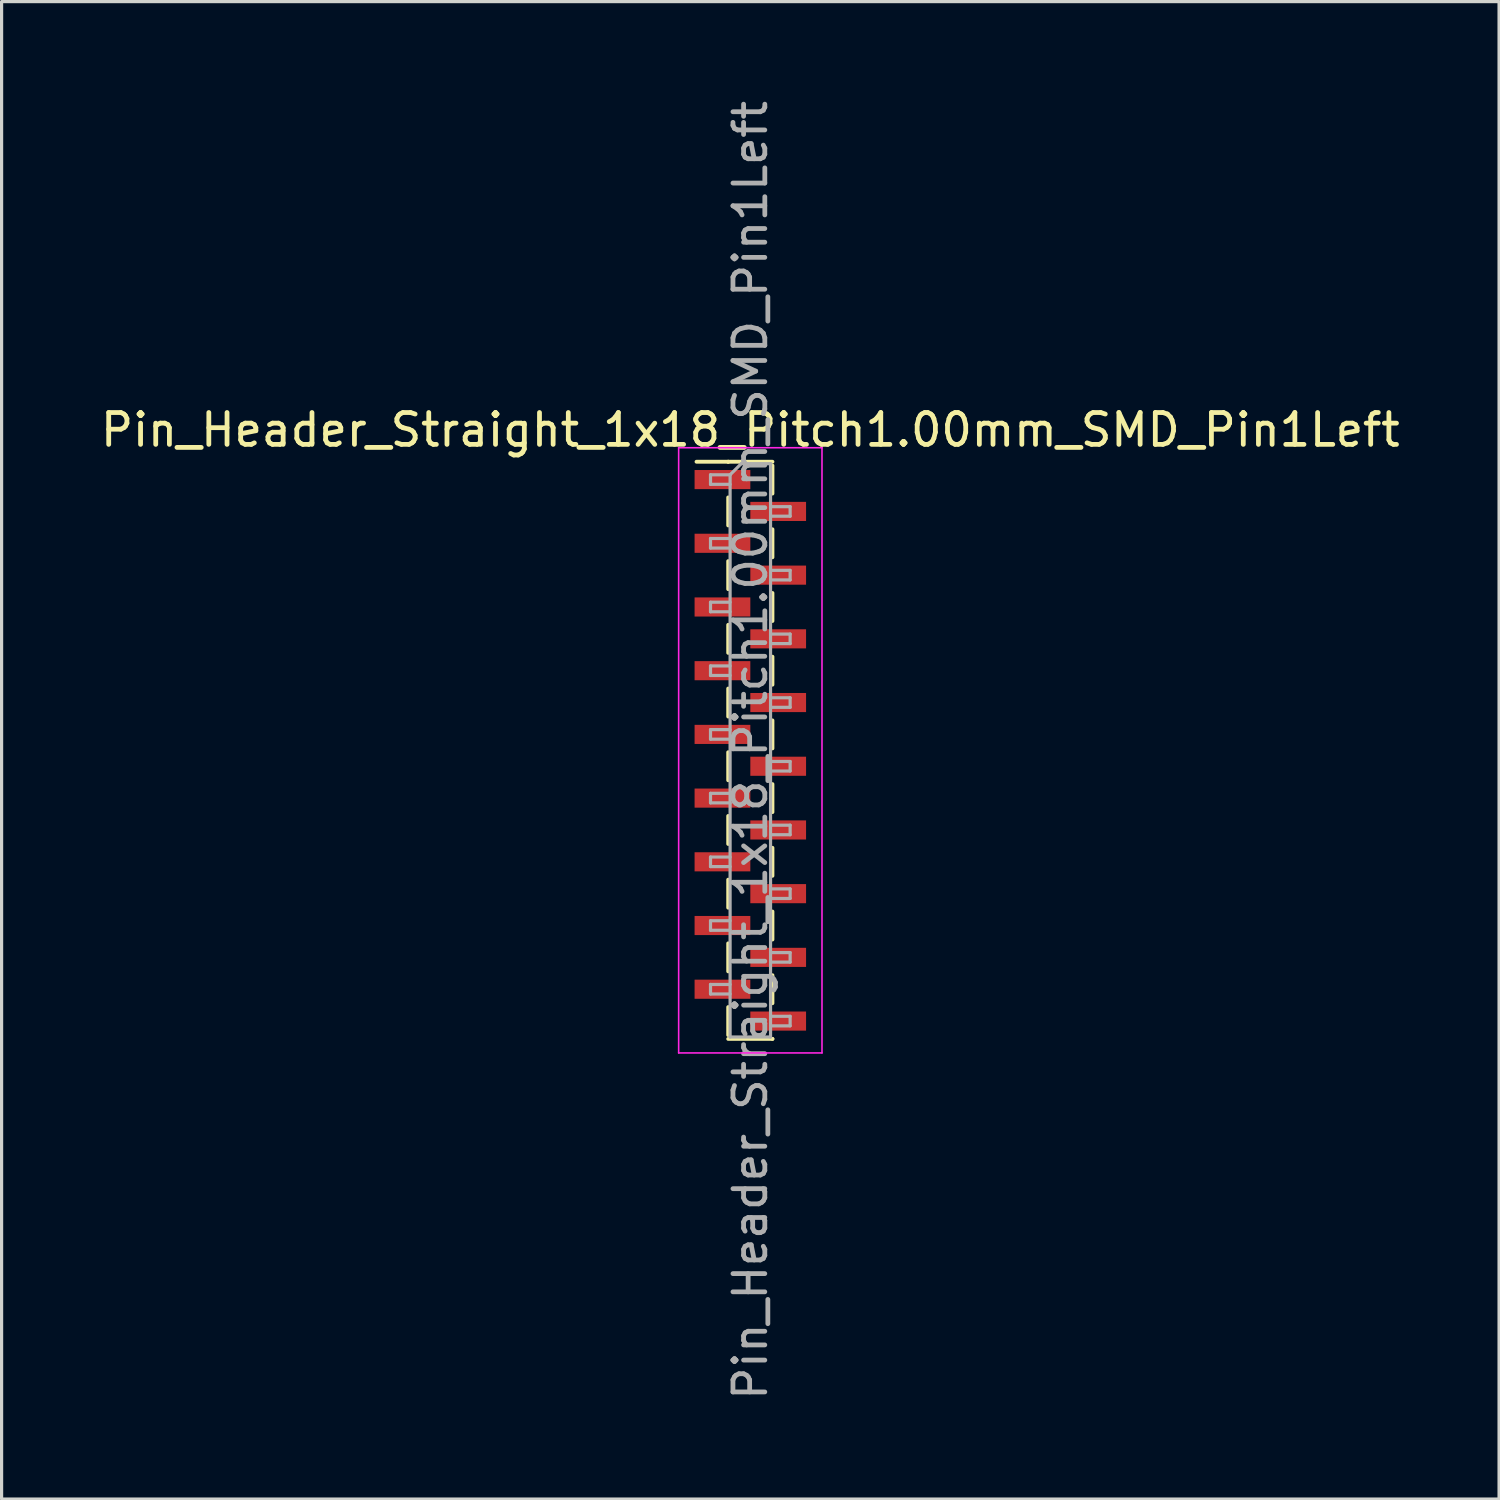
<source format=kicad_pcb>
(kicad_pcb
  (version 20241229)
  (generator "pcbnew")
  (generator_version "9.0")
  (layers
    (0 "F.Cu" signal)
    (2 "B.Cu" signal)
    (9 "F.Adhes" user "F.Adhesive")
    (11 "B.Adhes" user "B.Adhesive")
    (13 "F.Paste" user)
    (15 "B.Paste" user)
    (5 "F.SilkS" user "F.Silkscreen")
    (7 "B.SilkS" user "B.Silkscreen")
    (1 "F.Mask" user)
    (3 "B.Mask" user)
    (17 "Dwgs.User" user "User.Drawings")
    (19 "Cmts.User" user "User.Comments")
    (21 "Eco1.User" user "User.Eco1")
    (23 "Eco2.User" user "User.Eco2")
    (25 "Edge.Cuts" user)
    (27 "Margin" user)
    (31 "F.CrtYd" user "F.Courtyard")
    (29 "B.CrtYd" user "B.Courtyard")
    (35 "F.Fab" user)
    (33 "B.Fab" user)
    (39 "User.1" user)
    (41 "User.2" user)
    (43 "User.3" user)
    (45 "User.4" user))
  (footprint "Pin_Header_Straight_1x18_Pitch1.00mm_SMD_Pin1Left"
    (layer "F.Cu")
    (at 20.506 20.506)
    (property "Reference" "Pin_Header_Straight_1x18_Pitch1.00mm_SMD_Pin1Left" (at 0 -10.06 0) (layer "F.SilkS") (effects (font (size 1 1) (thickness 0.15))))
    (attr smd)
    (fp_line (start -0.695 -9.06) (end -1.69 -9.06) (stroke (width 0.12) (type solid)) (layer "F.SilkS"))
    (fp_line (start -0.695 -9.06) (end -0.695 -9.06) (stroke (width 0.12) (type solid)) (layer "F.SilkS"))
    (fp_line (start -0.695 -9.06) (end 0.695 -9.06) (stroke (width 0.12) (type solid)) (layer "F.SilkS"))
    (fp_line (start -0.695 -7.94) (end -0.695 -7.06) (stroke (width 0.12) (type solid)) (layer "F.SilkS"))
    (fp_line (start -0.695 -5.94) (end -0.695 -5.06) (stroke (width 0.12) (type solid)) (layer "F.SilkS"))
    (fp_line (start -0.695 -3.94) (end -0.695 -3.06) (stroke (width 0.12) (type solid)) (layer "F.SilkS"))
    (fp_line (start -0.695 -1.94) (end -0.695 -1.06) (stroke (width 0.12) (type solid)) (layer "F.SilkS"))
    (fp_line (start -0.695 0.06) (end -0.695 0.94) (stroke (width 0.12) (type solid)) (layer "F.SilkS"))
    (fp_line (start -0.695 2.06) (end -0.695 2.94) (stroke (width 0.12) (type solid)) (layer "F.SilkS"))
    (fp_line (start -0.695 4.06) (end -0.695 4.94) (stroke (width 0.12) (type solid)) (layer "F.SilkS"))
    (fp_line (start -0.695 6.06) (end -0.695 6.94) (stroke (width 0.12) (type solid)) (layer "F.SilkS"))
    (fp_line (start -0.695 8.06) (end -0.695 8.94) (stroke (width 0.12) (type solid)) (layer "F.SilkS"))
    (fp_line (start -0.695 9.06) (end 0.695 9.06) (stroke (width 0.12) (type solid)) (layer "F.SilkS"))
    (fp_line (start 0.695 -8.94) (end 0.695 -8.06) (stroke (width 0.12) (type solid)) (layer "F.SilkS"))
    (fp_line (start 0.695 -6.94) (end 0.695 -6.06) (stroke (width 0.12) (type solid)) (layer "F.SilkS"))
    (fp_line (start 0.695 -4.94) (end 0.695 -4.06) (stroke (width 0.12) (type solid)) (layer "F.SilkS"))
    (fp_line (start 0.695 -2.94) (end 0.695 -2.06) (stroke (width 0.12) (type solid)) (layer "F.SilkS"))
    (fp_line (start 0.695 -0.94) (end 0.695 -0.06) (stroke (width 0.12) (type solid)) (layer "F.SilkS"))
    (fp_line (start 0.695 1.06) (end 0.695 1.94) (stroke (width 0.12) (type solid)) (layer "F.SilkS"))
    (fp_line (start 0.695 3.06) (end 0.695 3.94) (stroke (width 0.12) (type solid)) (layer "F.SilkS"))
    (fp_line (start 0.695 5.06) (end 0.695 5.94) (stroke (width 0.12) (type solid)) (layer "F.SilkS"))
    (fp_line (start 0.695 7.06) (end 0.695 7.94) (stroke (width 0.12) (type solid)) (layer "F.SilkS"))
    (fp_line (start 0.695 9.06) (end 0.695 9.06) (stroke (width 0.12) (type solid)) (layer "F.SilkS"))
    (fp_line (start -2.25 -9.5) (end -2.25 9.5) (stroke (width 0.05) (type solid)) (layer "F.CrtYd"))
    (fp_line (start -2.25 9.5) (end 2.25 9.5) (stroke (width 0.05) (type solid)) (layer "F.CrtYd"))
    (fp_line (start 2.25 -9.5) (end -2.25 -9.5) (stroke (width 0.05) (type solid)) (layer "F.CrtYd"))
    (fp_line (start 2.25 9.5) (end 2.25 -9.5) (stroke (width 0.05) (type solid)) (layer "F.CrtYd"))
    (fp_line (start -1.25 -8.65) (end -1.25 -8.35) (stroke (width 0.1) (type solid)) (layer "F.Fab"))
    (fp_line (start -1.25 -8.35) (end -0.635 -8.35) (stroke (width 0.1) (type solid)) (layer "F.Fab"))
    (fp_line (start -1.25 -6.65) (end -1.25 -6.35) (stroke (width 0.1) (type solid)) (layer "F.Fab"))
    (fp_line (start -1.25 -6.35) (end -0.635 -6.35) (stroke (width 0.1) (type solid)) (layer "F.Fab"))
    (fp_line (start -1.25 -4.65) (end -1.25 -4.35) (stroke (width 0.1) (type solid)) (layer "F.Fab"))
    (fp_line (start -1.25 -4.35) (end -0.635 -4.35) (stroke (width 0.1) (type solid)) (layer "F.Fab"))
    (fp_line (start -1.25 -2.65) (end -1.25 -2.35) (stroke (width 0.1) (type solid)) (layer "F.Fab"))
    (fp_line (start -1.25 -2.35) (end -0.635 -2.35) (stroke (width 0.1) (type solid)) (layer "F.Fab"))
    (fp_line (start -1.25 -0.65) (end -1.25 -0.35) (stroke (width 0.1) (type solid)) (layer "F.Fab"))
    (fp_line (start -1.25 -0.35) (end -0.635 -0.35) (stroke (width 0.1) (type solid)) (layer "F.Fab"))
    (fp_line (start -1.25 1.35) (end -1.25 1.65) (stroke (width 0.1) (type solid)) (layer "F.Fab"))
    (fp_line (start -1.25 1.65) (end -0.635 1.65) (stroke (width 0.1) (type solid)) (layer "F.Fab"))
    (fp_line (start -1.25 3.35) (end -1.25 3.65) (stroke (width 0.1) (type solid)) (layer "F.Fab"))
    (fp_line (start -1.25 3.65) (end -0.635 3.65) (stroke (width 0.1) (type solid)) (layer "F.Fab"))
    (fp_line (start -1.25 5.35) (end -1.25 5.65) (stroke (width 0.1) (type solid)) (layer "F.Fab"))
    (fp_line (start -1.25 5.65) (end -0.635 5.65) (stroke (width 0.1) (type solid)) (layer "F.Fab"))
    (fp_line (start -1.25 7.35) (end -1.25 7.65) (stroke (width 0.1) (type solid)) (layer "F.Fab"))
    (fp_line (start -1.25 7.65) (end -0.635 7.65) (stroke (width 0.1) (type solid)) (layer "F.Fab"))
    (fp_line (start -0.635 -8.65) (end -1.25 -8.65) (stroke (width 0.1) (type solid)) (layer "F.Fab"))
    (fp_line (start -0.635 -8.65) (end -0.285 -9) (stroke (width 0.1) (type solid)) (layer "F.Fab"))
    (fp_line (start -0.635 -6.65) (end -1.25 -6.65) (stroke (width 0.1) (type solid)) (layer "F.Fab"))
    (fp_line (start -0.635 -4.65) (end -1.25 -4.65) (stroke (width 0.1) (type solid)) (layer "F.Fab"))
    (fp_line (start -0.635 -2.65) (end -1.25 -2.65) (stroke (width 0.1) (type solid)) (layer "F.Fab"))
    (fp_line (start -0.635 -0.65) (end -1.25 -0.65) (stroke (width 0.1) (type solid)) (layer "F.Fab"))
    (fp_line (start -0.635 1.35) (end -1.25 1.35) (stroke (width 0.1) (type solid)) (layer "F.Fab"))
    (fp_line (start -0.635 3.35) (end -1.25 3.35) (stroke (width 0.1) (type solid)) (layer "F.Fab"))
    (fp_line (start -0.635 5.35) (end -1.25 5.35) (stroke (width 0.1) (type solid)) (layer "F.Fab"))
    (fp_line (start -0.635 7.35) (end -1.25 7.35) (stroke (width 0.1) (type solid)) (layer "F.Fab"))
    (fp_line (start -0.635 9) (end -0.635 -8.65) (stroke (width 0.1) (type solid)) (layer "F.Fab"))
    (fp_line (start -0.285 -9) (end 0.635 -9) (stroke (width 0.1) (type solid)) (layer "F.Fab"))
    (fp_line (start 0.635 -9) (end 0.635 9) (stroke (width 0.1) (type solid)) (layer "F.Fab"))
    (fp_line (start 0.635 -7.65) (end 1.25 -7.65) (stroke (width 0.1) (type solid)) (layer "F.Fab"))
    (fp_line (start 0.635 -5.65) (end 1.25 -5.65) (stroke (width 0.1) (type solid)) (layer "F.Fab"))
    (fp_line (start 0.635 -3.65) (end 1.25 -3.65) (stroke (width 0.1) (type solid)) (layer "F.Fab"))
    (fp_line (start 0.635 -1.65) (end 1.25 -1.65) (stroke (width 0.1) (type solid)) (layer "F.Fab"))
    (fp_line (start 0.635 0.35) (end 1.25 0.35) (stroke (width 0.1) (type solid)) (layer "F.Fab"))
    (fp_line (start 0.635 2.35) (end 1.25 2.35) (stroke (width 0.1) (type solid)) (layer "F.Fab"))
    (fp_line (start 0.635 4.35) (end 1.25 4.35) (stroke (width 0.1) (type solid)) (layer "F.Fab"))
    (fp_line (start 0.635 6.35) (end 1.25 6.35) (stroke (width 0.1) (type solid)) (layer "F.Fab"))
    (fp_line (start 0.635 8.35) (end 1.25 8.35) (stroke (width 0.1) (type solid)) (layer "F.Fab"))
    (fp_line (start 0.635 9) (end -0.635 9) (stroke (width 0.1) (type solid)) (layer "F.Fab"))
    (fp_line (start 1.25 -7.65) (end 1.25 -7.35) (stroke (width 0.1) (type solid)) (layer "F.Fab"))
    (fp_line (start 1.25 -7.35) (end 0.635 -7.35) (stroke (width 0.1) (type solid)) (layer "F.Fab"))
    (fp_line (start 1.25 -5.65) (end 1.25 -5.35) (stroke (width 0.1) (type solid)) (layer "F.Fab"))
    (fp_line (start 1.25 -5.35) (end 0.635 -5.35) (stroke (width 0.1) (type solid)) (layer "F.Fab"))
    (fp_line (start 1.25 -3.65) (end 1.25 -3.35) (stroke (width 0.1) (type solid)) (layer "F.Fab"))
    (fp_line (start 1.25 -3.35) (end 0.635 -3.35) (stroke (width 0.1) (type solid)) (layer "F.Fab"))
    (fp_line (start 1.25 -1.65) (end 1.25 -1.35) (stroke (width 0.1) (type solid)) (layer "F.Fab"))
    (fp_line (start 1.25 -1.35) (end 0.635 -1.35) (stroke (width 0.1) (type solid)) (layer "F.Fab"))
    (fp_line (start 1.25 0.35) (end 1.25 0.65) (stroke (width 0.1) (type solid)) (layer "F.Fab"))
    (fp_line (start 1.25 0.65) (end 0.635 0.65) (stroke (width 0.1) (type solid)) (layer "F.Fab"))
    (fp_line (start 1.25 2.35) (end 1.25 2.65) (stroke (width 0.1) (type solid)) (layer "F.Fab"))
    (fp_line (start 1.25 2.65) (end 0.635 2.65) (stroke (width 0.1) (type solid)) (layer "F.Fab"))
    (fp_line (start 1.25 4.35) (end 1.25 4.65) (stroke (width 0.1) (type solid)) (layer "F.Fab"))
    (fp_line (start 1.25 4.65) (end 0.635 4.65) (stroke (width 0.1) (type solid)) (layer "F.Fab"))
    (fp_line (start 1.25 6.35) (end 1.25 6.65) (stroke (width 0.1) (type solid)) (layer "F.Fab"))
    (fp_line (start 1.25 6.65) (end 0.635 6.65) (stroke (width 0.1) (type solid)) (layer "F.Fab"))
    (fp_line (start 1.25 8.35) (end 1.25 8.65) (stroke (width 0.1) (type solid)) (layer "F.Fab"))
    (fp_line (start 1.25 8.65) (end 0.635 8.65) (stroke (width 0.1) (type solid)) (layer "F.Fab"))
    (fp_text user "${REFERENCE}" (at 0 0 90) (layer "F.Fab") (effects (font (size 1 1) (thickness 0.15))))
    (pad "1" smd rect (at -0.875 -8.5) (size 1.75 0.6) (layers "F.Cu" "F.Mask" "F.Paste"))
    (pad "2" smd rect (at 0.875 -7.5) (size 1.75 0.6) (layers "F.Cu" "F.Mask" "F.Paste"))
    (pad "3" smd rect (at -0.875 -6.5) (size 1.75 0.6) (layers "F.Cu" "F.Mask" "F.Paste"))
    (pad "4" smd rect (at 0.875 -5.5) (size 1.75 0.6) (layers "F.Cu" "F.Mask" "F.Paste"))
    (pad "5" smd rect (at -0.875 -4.5) (size 1.75 0.6) (layers "F.Cu" "F.Mask" "F.Paste"))
    (pad "6" smd rect (at 0.875 -3.5) (size 1.75 0.6) (layers "F.Cu" "F.Mask" "F.Paste"))
    (pad "7" smd rect (at -0.875 -2.5) (size 1.75 0.6) (layers "F.Cu" "F.Mask" "F.Paste"))
    (pad "8" smd rect (at 0.875 -1.5) (size 1.75 0.6) (layers "F.Cu" "F.Mask" "F.Paste"))
    (pad "9" smd rect (at -0.875 -0.5) (size 1.75 0.6) (layers "F.Cu" "F.Mask" "F.Paste"))
    (pad "10" smd rect (at 0.875 0.5) (size 1.75 0.6) (layers "F.Cu" "F.Mask" "F.Paste"))
    (pad "11" smd rect (at -0.875 1.5) (size 1.75 0.6) (layers "F.Cu" "F.Mask" "F.Paste"))
    (pad "12" smd rect (at 0.875 2.5) (size 1.75 0.6) (layers "F.Cu" "F.Mask" "F.Paste"))
    (pad "13" smd rect (at -0.875 3.5) (size 1.75 0.6) (layers "F.Cu" "F.Mask" "F.Paste"))
    (pad "14" smd rect (at 0.875 4.5) (size 1.75 0.6) (layers "F.Cu" "F.Mask" "F.Paste"))
    (pad "15" smd rect (at -0.875 5.5) (size 1.75 0.6) (layers "F.Cu" "F.Mask" "F.Paste"))
    (pad "16" smd rect (at 0.875 6.5) (size 1.75 0.6) (layers "F.Cu" "F.Mask" "F.Paste"))
    (pad "17" smd rect (at -0.875 7.5) (size 1.75 0.6) (layers "F.Cu" "F.Mask" "F.Paste"))
    (pad "18" smd rect (at 0.875 8.5) (size 1.75 0.6) (layers "F.Cu" "F.Mask" "F.Paste")))
  (gr_rect
    (start -3 -3)
    (end 44.012 44.012)
    (stroke (width 0.1) (type default))
    (fill no)
    (layer "Edge.Cuts")))
</source>
